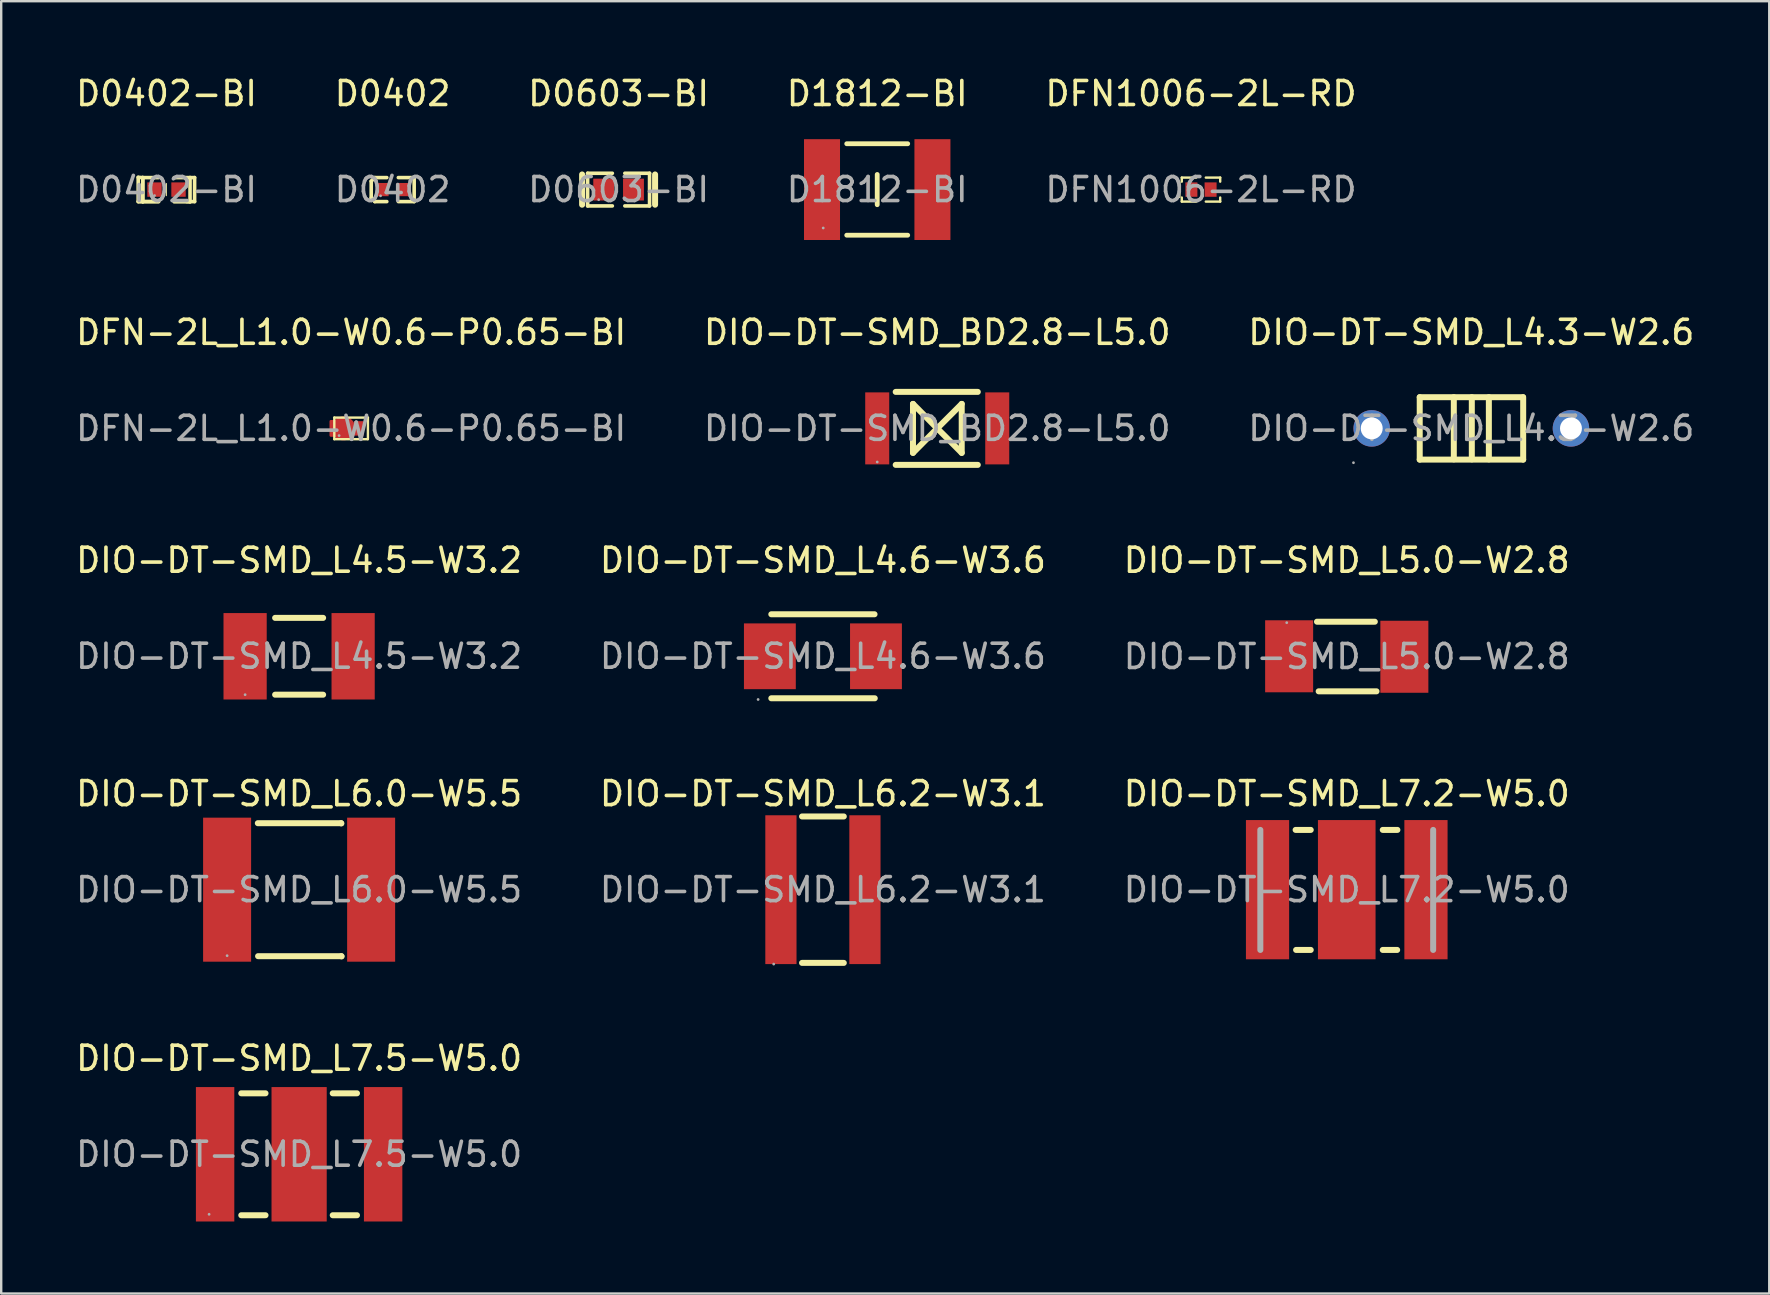
<source format=kicad_pcb>
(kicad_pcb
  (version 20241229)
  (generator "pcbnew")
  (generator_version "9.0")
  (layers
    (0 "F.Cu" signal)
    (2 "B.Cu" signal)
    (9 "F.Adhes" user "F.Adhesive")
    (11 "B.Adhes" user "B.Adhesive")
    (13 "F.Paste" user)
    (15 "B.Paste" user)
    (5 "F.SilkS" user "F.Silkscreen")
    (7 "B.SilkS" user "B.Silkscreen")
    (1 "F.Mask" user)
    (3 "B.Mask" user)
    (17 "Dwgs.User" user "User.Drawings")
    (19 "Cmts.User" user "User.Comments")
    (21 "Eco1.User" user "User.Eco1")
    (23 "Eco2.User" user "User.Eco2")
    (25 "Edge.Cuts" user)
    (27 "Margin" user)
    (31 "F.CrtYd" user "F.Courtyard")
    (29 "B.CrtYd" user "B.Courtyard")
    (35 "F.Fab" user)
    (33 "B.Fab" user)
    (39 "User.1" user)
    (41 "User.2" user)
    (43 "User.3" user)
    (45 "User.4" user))
  (footprint "DIO-DT-SMD_L5.0-W2.8"
    (layer "F.Cu")
    (at 53.054 24.3)
    (property "Reference" "DIO-DT-SMD_L5.0-W2.8" (at 0 -4.01 0) (layer "F.SilkS") (effects (font (size 1 1) (thickness 0.15))))
    (attr through_hole)
    (fp_line (start -1.24 -1.45) (end 1.17 -1.45) (stroke (width 0.25) (type solid)) (layer "F.SilkS"))
    (fp_line (start 1.24 1.45) (end -1.17 1.45) (stroke (width 0.25) (type solid)) (layer "F.SilkS"))
    (fp_circle (center -2.5 -1.41) (end -2.47 -1.41) (stroke (width 0.06) (type solid)) (fill no) (layer "F.Fab"))
    (fp_text user "${REFERENCE}" (at 0 0 0) (layer "F.Fab") (effects (font (size 1 1) (thickness 0.15))))
    (pad "1" smd rect (at -2.4 -0.01) (size 2 3) (layers "F.Cu" "F.Mask" "F.Paste"))
    (pad "2" smd rect (at 2.4 0.01) (size 2 3) (layers "F.Cu" "F.Mask" "F.Paste")))
  (footprint "DIO-DT-SMD_L4.5-W3.2"
    (layer "F.Cu")
    (at 9.411 24.29)
    (property "Reference" "DIO-DT-SMD_L4.5-W3.2" (at 0 -4 0) (layer "F.SilkS") (effects (font (size 1 1) (thickness 0.15))))
    (attr through_hole)
    (fp_line (start -1 -1.6) (end 1 -1.6) (stroke (width 0.25) (type solid)) (layer "F.SilkS"))
    (fp_line (start 1 1.6) (end -1 1.6) (stroke (width 0.25) (type solid)) (layer "F.SilkS"))
    (fp_circle (center -2.25 1.6) (end -2.22 1.6) (stroke (width 0.06) (type solid)) (fill no) (layer "F.Fab"))
    (fp_text user "${REFERENCE}" (at 0 0 0) (layer "F.Fab") (effects (font (size 1 1) (thickness 0.15))))
    (pad "1" smd rect (at -2.25 0) (size 1.8 3.6) (layers "F.Cu" "F.Mask" "F.Paste"))
    (pad "2" smd rect (at 2.25 0) (size 1.8 3.6) (layers "F.Cu" "F.Mask" "F.Paste")))
  (footprint "DIO-DT-SMD_L6.2-W3.1"
    (layer "F.Cu")
    (at 31.232 34.013)
    (property "Reference" "DIO-DT-SMD_L6.2-W3.1" (at 0 -4 0) (layer "F.SilkS") (effects (font (size 1 1) (thickness 0.15))))
    (attr through_hole)
    (fp_line (start -0.87 -3.05) (end 0.87 -3.05) (stroke (width 0.25) (type solid)) (layer "F.SilkS"))
    (fp_line (start -0.87 3.05) (end 0.87 3.05) (stroke (width 0.25) (type solid)) (layer "F.SilkS"))
    (fp_circle (center -2.05 3.1) (end -2.02 3.1) (stroke (width 0.06) (type solid)) (fill no) (layer "F.Fab"))
    (fp_text user "${REFERENCE}" (at 0 0 0) (layer "F.Fab") (effects (font (size 1 1) (thickness 0.15))))
    (pad "1" smd rect (at -1.75 0) (size 1.3 6.2) (layers "F.Cu" "F.Mask" "F.Paste"))
    (pad "2" smd rect (at 1.75 0) (size 1.3 6.2) (layers "F.Cu" "F.Mask" "F.Paste")))
  (footprint "DIO-DT-SMD_L4.6-W3.6"
    (layer "F.Cu")
    (at 31.232 24.29)
    (property "Reference" "DIO-DT-SMD_L4.6-W3.6" (at 0 -4 0) (layer "F.SilkS") (effects (font (size 1 1) (thickness 0.15))))
    (attr through_hole)
    (fp_line (start -2.15 -1.75) (end 2.15 -1.75) (stroke (width 0.25) (type solid)) (layer "F.SilkS"))
    (fp_line (start 2.16 1.75) (end -2.15 1.75) (stroke (width 0.25) (type solid)) (layer "F.SilkS"))
    (fp_circle (center -2.7 1.8) (end -2.67 1.8) (stroke (width 0.06) (type solid)) (fill no) (layer "F.Fab"))
    (fp_text user "${REFERENCE}" (at 0 0 0) (layer "F.Fab") (effects (font (size 1 1) (thickness 0.15))))
    (pad "1" smd rect (at -2.21 0) (size 2.16 2.74) (layers "F.Cu" "F.Mask" "F.Paste"))
    (pad "2" smd rect (at 2.21 0) (size 2.16 2.74) (layers "F.Cu" "F.Mask" "F.Paste")))
  (footprint "DIO-DT-SMD_L6.0-W5.5"
    (layer "F.Cu")
    (at 9.411 34.013)
    (property "Reference" "DIO-DT-SMD_L6.0-W5.5" (at 0 -4 0) (layer "F.SilkS") (effects (font (size 1 1) (thickness 0.15))))
    (attr through_hole)
    (fp_line (start -1.72 -2.77) (end 1.75 -2.77) (stroke (width 0.25) (type solid)) (layer "F.SilkS"))
    (fp_line (start -1.71 2.77) (end 1.76 2.77) (stroke (width 0.25) (type solid)) (layer "F.SilkS"))
    (fp_line (start 1.75 -2.77) (end 1.76 -2.76) (stroke (width 0.25) (type solid)) (layer "F.SilkS"))
    (fp_line (start 1.76 2.77) (end 1.77 2.78) (stroke (width 0.25) (type solid)) (layer "F.SilkS"))
    (fp_circle (center -3 2.75) (end -2.97 2.75) (stroke (width 0.06) (type solid)) (fill no) (layer "F.Fab"))
    (fp_text user "${REFERENCE}" (at 0 0 0) (layer "F.Fab") (effects (font (size 1 1) (thickness 0.15))))
    (pad "1" smd rect (at -3 0) (size 2 6) (layers "F.Cu" "F.Mask" "F.Paste"))
    (pad "2" smd rect (at 3 0) (size 2 6) (layers "F.Cu" "F.Mask" "F.Paste")))
  (footprint "D0603-BI"
    (layer "F.Cu")
    (at 22.72 4.848)
    (property "Reference" "D0603-BI" (at 0 -4 0) (layer "F.SilkS") (effects (font (size 1 1) (thickness 0.15))))
    (attr through_hole)
    (fp_line (start -1.52 -0.63) (end -1.52 0.63) (stroke (width 0.25) (type solid)) (layer "F.SilkS"))
    (fp_line (start -1.29 -0.68) (end -0.26 -0.68) (stroke (width 0.15) (type solid)) (layer "F.SilkS"))
    (fp_line (start -1.29 0.68) (end -1.29 -0.68) (stroke (width 0.15) (type solid)) (layer "F.SilkS"))
    (fp_line (start -0.26 0.68) (end -1.29 0.68) (stroke (width 0.15) (type solid)) (layer "F.SilkS"))
    (fp_line (start 0.26 0.68) (end 1.29 0.68) (stroke (width 0.15) (type solid)) (layer "F.SilkS"))
    (fp_line (start 1.29 -0.68) (end 0.26 -0.68) (stroke (width 0.15) (type solid)) (layer "F.SilkS"))
    (fp_line (start 1.29 0.68) (end 1.29 -0.68) (stroke (width 0.15) (type solid)) (layer "F.SilkS"))
    (fp_line (start 1.52 -0.63) (end 1.52 0.63) (stroke (width 0.25) (type solid)) (layer "F.SilkS"))
    (fp_circle (center -0.83 0.42) (end -0.8 0.42) (stroke (width 0.06) (type solid)) (fill no) (layer "F.Fab"))
    (fp_text user "${REFERENCE}" (at 0 0 0) (layer "F.Fab") (effects (font (size 1 1) (thickness 0.15))))
    (pad "1" smd rect (at -0.62 0) (size 0.87 0.91) (layers "F.Cu" "F.Mask" "F.Paste"))
    (pad "2" smd rect (at 0.62 0) (size 0.87 0.91) (layers "F.Cu" "F.Mask" "F.Paste")))
  (footprint "DFN1006-2L-RD"
    (layer "F.Cu")
    (at 46.982 4.848)
    (property "Reference" "DFN1006-2L-RD" (at 0 -4 0) (layer "F.SilkS") (effects (font (size 1 1) (thickness 0.15))))
    (attr through_hole)
    (fp_line (start -0.9 -0.3) (end -0.9 0.3) (stroke (width 0.1) (type solid)) (layer "F.SilkS"))
    (fp_line (start -0.8 -0.5) (end -0.8 -0.33) (stroke (width 0.1) (type solid)) (layer "F.SilkS"))
    (fp_line (start -0.8 0.33) (end -0.8 0.5) (stroke (width 0.1) (type solid)) (layer "F.SilkS"))
    (fp_line (start -0.8 0.5) (end -0.2 0.5) (stroke (width 0.1) (type solid)) (layer "F.SilkS"))
    (fp_line (start -0.2 -0.5) (end -0.8 -0.5) (stroke (width 0.1) (type solid)) (layer "F.SilkS"))
    (fp_line (start 0.2 -0.5) (end 0.8 -0.5) (stroke (width 0.1) (type solid)) (layer "F.SilkS"))
    (fp_line (start 0.8 -0.5) (end 0.8 -0.33) (stroke (width 0.1) (type solid)) (layer "F.SilkS"))
    (fp_line (start 0.8 0.33) (end 0.8 0.5) (stroke (width 0.1) (type solid)) (layer "F.SilkS"))
    (fp_line (start 0.8 0.5) (end 0.2 0.5) (stroke (width 0.1) (type solid)) (layer "F.SilkS"))
    (fp_circle (center -0.5 0.3) (end -0.47 0.3) (stroke (width 0.06) (type solid)) (fill no) (layer "F.Fab"))
    (fp_text user "${REFERENCE}" (at 0 0 0) (layer "F.Fab") (effects (font (size 1 1) (thickness 0.15))))
    (pad "1" smd rect (at -0.4 0) (size 0.5 0.6) (layers "F.Cu" "F.Mask" "F.Paste"))
    (pad "2" smd rect (at 0.4 0) (size 0.5 0.6) (layers "F.Cu" "F.Mask" "F.Paste")))
  (footprint "DFN-2L_L1.0-W0.6-P0.65-BI"
    (layer "F.Cu")
    (at 11.577 14.796)
    (property "Reference" "DFN-2L_L1.0-W0.6-P0.65-BI" (at 0 -4 0) (layer "F.SilkS") (effects (font (size 1 1) (thickness 0.15))))
    (attr through_hole)
    (fp_line (start -0.7 -0.45) (end -0.7 0.45) (stroke (width 0.1) (type solid)) (layer "F.SilkS"))
    (fp_line (start -0.7 -0.45) (end 0.7 -0.45) (stroke (width 0.1) (type solid)) (layer "F.SilkS"))
    (fp_line (start -0.7 0.45) (end 0.69 0.45) (stroke (width 0.1) (type solid)) (layer "F.SilkS"))
    (fp_line (start 0.7 -0.45) (end 0.7 0.45) (stroke (width 0.1) (type solid)) (layer "F.SilkS"))
    (fp_circle (center -0.5 0.3) (end -0.47 0.3) (stroke (width 0.06) (type solid)) (fill no) (layer "F.Fab"))
    (fp_text user "${REFERENCE}" (at 0 0 0) (layer "F.Fab") (effects (font (size 1 1) (thickness 0.15))))
    (pad "1" smd custom (at -0.32 0) (size 1 1) (layers "F.Cu" "F.Mask" "F.Paste") (options (anchor circle)) (primitives (gr_poly (pts (xy -0.53 -0.3) (xy -0.53 0.3) (xy -0.2 0.3) (xy -0.12 0.2) (xy -0.12 -0.3) (xy -0.53 -0.3)) (width 0.1) (fill yes))))
    (pad "2" smd rect (at 0.32 0 90) (size 0.6 0.4) (layers "F.Cu" "F.Mask" "F.Paste")))
  (footprint "D1812-BI"
    (layer "F.Cu")
    (at 33.494 4.848)
    (property "Reference" "D1812-BI" (at 0 -4 0) (layer "F.SilkS") (effects (font (size 1 1) (thickness 0.15))))
    (attr through_hole)
    (fp_line (start -1.27 -1.91) (end 1.27 -1.91) (stroke (width 0.2) (type solid)) (layer "F.SilkS"))
    (fp_line (start -1.27 1.9) (end 1.27 1.9) (stroke (width 0.2) (type solid)) (layer "F.SilkS"))
    (fp_line (start 0 -0.63) (end 0 0.63) (stroke (width 0.2) (type solid)) (layer "F.SilkS"))
    (fp_circle (center -2.25 1.6) (end -2.22 1.6) (stroke (width 0.06) (type solid)) (fill no) (layer "F.Fab"))
    (fp_text user "${REFERENCE}" (at 0 0 0) (layer "F.Fab") (effects (font (size 1 1) (thickness 0.15))))
    (pad "1" smd rect (at -2.3 0) (size 1.5 4.2) (layers "F.Cu" "F.Mask" "F.Paste"))
    (pad "2" smd rect (at 2.3 0) (size 1.5 4.2) (layers "F.Cu" "F.Mask" "F.Paste")))
  (footprint "DIO-DT-SMD_BD2.8-L5.0"
    (layer "F.Cu")
    (at 35.994 14.796)
    (property "Reference" "DIO-DT-SMD_BD2.8-L5.0" (at 0 -4 0) (layer "F.SilkS") (effects (font (size 1 1) (thickness 0.15))))
    (attr through_hole)
    (fp_line (start -1.73 -1.52) (end 1.69 -1.52) (stroke (width 0.25) (type solid)) (layer "F.SilkS"))
    (fp_line (start -1.73 1.52) (end 1.69 1.52) (stroke (width 0.25) (type solid)) (layer "F.SilkS"))
    (fp_line (start -1.01 1.02) (end -1.01 -1.02) (stroke (width 0.25) (type solid)) (layer "F.SilkS"))
    (fp_line (start 0 0) (end -1.01 -1.02) (stroke (width 0.25) (type solid)) (layer "F.SilkS"))
    (fp_line (start 0 0) (end -1.01 1.02) (stroke (width 0.25) (type solid)) (layer "F.SilkS"))
    (fp_line (start 0 0) (end 1.02 -1.02) (stroke (width 0.25) (type solid)) (layer "F.SilkS"))
    (fp_line (start 0 0) (end 1.02 1.02) (stroke (width 0.25) (type solid)) (layer "F.SilkS"))
    (fp_line (start 1.02 1.02) (end 1.02 -1.02) (stroke (width 0.25) (type solid)) (layer "F.SilkS"))
    (fp_circle (center -2.5 1.4) (end -2.47 1.4) (stroke (width 0.06) (type solid)) (fill no) (layer "F.Fab"))
    (fp_text user "${REFERENCE}" (at 0 0 0) (layer "F.Fab") (effects (font (size 1 1) (thickness 0.15))))
    (pad "1" smd rect (at -2.5 0) (size 1 3) (layers "F.Cu" "F.Mask" "F.Paste"))
    (pad "2" smd rect (at 2.5 0) (size 1 3) (layers "F.Cu" "F.Mask" "F.Paste")))
  (footprint "DIO-DT-SMD_L4.3-W2.6"
    (layer "F.Cu")
    (at 58.244 14.796)
    (property "Reference" "DIO-DT-SMD_L4.3-W2.6" (at 0 -4 0) (layer "F.SilkS") (effects (font (size 1 1) (thickness 0.15))))
    (attr through_hole)
    (fp_line (start -2.15 -1.3) (end 2.15 -1.3) (stroke (width 0.25) (type solid)) (layer "F.SilkS"))
    (fp_line (start -2.15 1.3) (end -2.15 -1.3) (stroke (width 0.25) (type solid)) (layer "F.SilkS"))
    (fp_line (start -2.15 1.3) (end 2.16 1.3) (stroke (width 0.25) (type solid)) (layer "F.SilkS"))
    (fp_line (start -0.73 -1.3) (end -0.73 1.29) (stroke (width 0.25) (type solid)) (layer "F.SilkS"))
    (fp_line (start 0.02 -1.3) (end 0.02 1.29) (stroke (width 0.25) (type solid)) (layer "F.SilkS"))
    (fp_line (start 0.73 -1.3) (end 0.73 1.29) (stroke (width 0.25) (type solid)) (layer "F.SilkS"))
    (fp_line (start 2.16 -1.3) (end 2.16 1.3) (stroke (width 0.25) (type solid)) (layer "F.SilkS"))
    (fp_circle (center -4.91 1.43) (end -4.88 1.43) (stroke (width 0.06) (type solid)) (fill no) (layer "F.Fab"))
    (fp_circle (center -4.15 0) (end -3.97 0) (stroke (width 0.36) (type solid)) (fill no) (layer "F.Fab"))
    (fp_circle (center 4.15 0) (end 4.33 0) (stroke (width 0.36) (type solid)) (fill no) (layer "F.Fab"))
    (fp_text user "${REFERENCE}" (at 0 0 0) (layer "F.Fab") (effects (font (size 1 1) (thickness 0.15))))
    (pad "1" thru_hole circle (at -4.15 0) (size 1.52 1.52) (drill 0.914) (layers "*.Cu" "*.Paste" "*.Mask"))
    (pad "2" thru_hole circle (at 4.15 0) (size 1.52 1.52) (drill 0.914) (layers "*.Cu" "*.Paste" "*.Mask")))
  (footprint "DIO-DT-SMD_L7.5-W5.0"
    (layer "F.Cu")
    (at 9.411 45.036)
    (property "Reference" "DIO-DT-SMD_L7.5-W5.0" (at 0 -4 0) (layer "F.SilkS") (effects (font (size 1 1) (thickness 0.15))))
    (attr through_hole)
    (fp_line (start -2.41 -2.54) (end -1.4 -2.54) (stroke (width 0.25) (type solid)) (layer "F.SilkS"))
    (fp_line (start -2.41 2.54) (end -1.4 2.54) (stroke (width 0.25) (type solid)) (layer "F.SilkS"))
    (fp_line (start 1.4 -2.54) (end 2.41 -2.54) (stroke (width 0.25) (type solid)) (layer "F.SilkS"))
    (fp_line (start 1.4 2.54) (end 2.41 2.54) (stroke (width 0.25) (type solid)) (layer "F.SilkS"))
    (fp_circle (center -3.75 2.5) (end -3.72 2.5) (stroke (width 0.06) (type solid)) (fill no) (layer "F.Fab"))
    (fp_text user "${REFERENCE}" (at 0 0 0) (layer "F.Fab") (effects (font (size 1 1) (thickness 0.15))))
    (pad "1" smd rect (at -3.5 0) (size 1.6 5.6) (layers "F.Cu" "F.Mask" "F.Paste"))
    (pad "2" smd rect (at 0 0) (size 2.3 5.6) (layers "F.Cu" "F.Mask" "F.Paste"))
    (pad "3" smd rect (at 3.5 0) (size 1.6 5.6) (layers "F.Cu" "F.Mask" "F.Paste")))
  (footprint "D0402-BI"
    (layer "F.Cu")
    (at 3.887 4.848)
    (property "Reference" "D0402-BI" (at 0 -4 0) (layer "F.SilkS") (effects (font (size 1 1) (thickness 0.15))))
    (attr through_hole)
    (fp_line (start -1.18 -0.51) (end -0.99 -0.5) (stroke (width 0.15) (type solid)) (layer "F.SilkS"))
    (fp_line (start -1.18 0.5) (end -1.18 -0.51) (stroke (width 0.15) (type solid)) (layer "F.SilkS"))
    (fp_line (start -0.99 -0.5) (end -0.99 0.5) (stroke (width 0.15) (type solid)) (layer "F.SilkS"))
    (fp_line (start -0.99 -0.5) (end -0.99 0.5) (stroke (width 0.15) (type solid)) (layer "F.SilkS"))
    (fp_line (start -0.99 0.5) (end -1.17 0.5) (stroke (width 0.15) (type solid)) (layer "F.SilkS"))
    (fp_line (start -0.99 0.5) (end -0.33 0.5) (stroke (width 0.15) (type solid)) (layer "F.SilkS"))
    (fp_line (start -0.99 0.5) (end -0.33 0.5) (stroke (width 0.15) (type solid)) (layer "F.SilkS"))
    (fp_line (start -0.98 0.5) (end -1.18 0.5) (stroke (width 0.15) (type solid)) (layer "F.SilkS"))
    (fp_line (start -0.33 -0.5) (end -0.99 -0.5) (stroke (width 0.15) (type solid)) (layer "F.SilkS"))
    (fp_line (start -0.01 -0.25) (end -0.01 0.25) (stroke (width 0.05) (type solid)) (layer "F.SilkS"))
    (fp_line (start 0.32 0.51) (end 0.98 0.51) (stroke (width 0.15) (type solid)) (layer "F.SilkS"))
    (fp_line (start 0.98 -0.5) (end 0.32 -0.5) (stroke (width 0.15) (type solid)) (layer "F.SilkS"))
    (fp_line (start 0.98 -0.5) (end 1.17 -0.5) (stroke (width 0.15) (type solid)) (layer "F.SilkS"))
    (fp_line (start 0.98 0.51) (end 0.98 -0.5) (stroke (width 0.15) (type solid)) (layer "F.SilkS"))
    (fp_line (start 1.17 -0.5) (end 1.17 0.5) (stroke (width 0.15) (type solid)) (layer "F.SilkS"))
    (fp_line (start 1.17 0.5) (end 0.84 0.5) (stroke (width 0.15) (type solid)) (layer "F.SilkS"))
    (fp_circle (center -0.5 0.25) (end -0.47 0.25) (stroke (width 0.06) (type solid)) (fill no) (layer "F.Fab"))
    (fp_text user "${REFERENCE}" (at 0 0 0) (layer "F.Fab") (effects (font (size 1 1) (thickness 0.15))))
    (pad "1" smd rect (at -0.5 0) (size 0.6 0.6) (layers "F.Cu" "F.Mask" "F.Paste"))
    (pad "2" smd rect (at 0.5 0) (size 0.6 0.6) (layers "F.Cu" "F.Mask" "F.Paste")))
  (footprint "D0402"
    (layer "F.Cu")
    (at 13.304 4.848)
    (property "Reference" "D0402" (at 0 -4 0) (layer "F.SilkS") (effects (font (size 1 1) (thickness 0.15))))
    (attr through_hole)
    (fp_line (start -0.89 -0.35) (end -0.74 -0.5) (stroke (width 0.15) (type solid)) (layer "F.SilkS"))
    (fp_line (start -0.89 0.35) (end -0.89 -0.35) (stroke (width 0.15) (type solid)) (layer "F.SilkS"))
    (fp_line (start -0.74 -0.5) (end -0.24 -0.5) (stroke (width 0.15) (type solid)) (layer "F.SilkS"))
    (fp_line (start -0.74 0.5) (end -0.89 0.35) (stroke (width 0.15) (type solid)) (layer "F.SilkS"))
    (fp_line (start -0.24 0.5) (end -0.74 0.5) (stroke (width 0.15) (type solid)) (layer "F.SilkS"))
    (fp_line (start 0.24 0.5) (end 0.9 0.5) (stroke (width 0.15) (type solid)) (layer "F.SilkS"))
    (fp_line (start 0.9 -0.5) (end 0.24 -0.5) (stroke (width 0.15) (type solid)) (layer "F.SilkS"))
    (fp_line (start 0.9 0.5) (end 0.9 -0.5) (stroke (width 0.15) (type solid)) (layer "F.SilkS"))
    (fp_circle (center -0.5 0.26) (end -0.47 0.26) (stroke (width 0.06) (type solid)) (fill no) (layer "F.Fab"))
    (fp_text user "${REFERENCE}" (at 0 0 0) (layer "F.Fab") (effects (font (size 1 1) (thickness 0.15))))
    (pad "1" smd rect (at -0.42 0) (size 0.51 0.55) (layers "F.Cu" "F.Mask" "F.Paste"))
    (pad "2" smd rect (at 0.42 0) (size 0.51 0.55) (layers "F.Cu" "F.Mask" "F.Paste")))
  (footprint "DIO-DT-SMD_L7.2-W5.0"
    (layer "F.Cu")
    (at 53.054 34.013)
    (property "Reference" "DIO-DT-SMD_L7.2-W5.0" (at 0 -4 0) (layer "F.SilkS") (effects (font (size 1 1) (thickness 0.15))))
    (attr through_hole)
    (fp_line (start -2.13 -2.49) (end -1.5 -2.49) (stroke (width 0.25) (type solid)) (layer "F.SilkS"))
    (fp_line (start -2.11 2.51) (end -1.5 2.51) (stroke (width 0.25) (type solid)) (layer "F.SilkS"))
    (fp_line (start 1.5 -2.49) (end 2.11 -2.49) (stroke (width 0.25) (type solid)) (layer "F.SilkS"))
    (fp_line (start 1.5 2.51) (end 2.1 2.51) (stroke (width 0.25) (type solid)) (layer "F.SilkS"))
    (fp_line (start -3.6 2.51) (end -3.6 -2.49) (stroke (width 0.25) (type solid)) (layer "F.Fab"))
    (fp_line (start 3.6 -2.49) (end 3.6 2.51) (stroke (width 0.25) (type solid)) (layer "F.Fab"))
    (fp_circle (center -3.6 2.5) (end -3.57 2.5) (stroke (width 0.06) (type solid)) (fill no) (layer "F.Fab"))
    (fp_text user "${REFERENCE}" (at 0 0 0) (layer "F.Fab") (effects (font (size 1 1) (thickness 0.15))))
    (pad "1" smd rect (at -3.3 0) (size 1.8 5.8) (layers "F.Cu" "F.Mask" "F.Paste"))
    (pad "2" smd rect (at 0 0) (size 2.4 5.8) (layers "F.Cu" "F.Mask" "F.Paste"))
    (pad "3" smd rect (at 3.3 0) (size 1.8 5.8) (layers "F.Cu" "F.Mask" "F.Paste")))
  (gr_rect
    (start -3 -3)
    (end 70.655 50.836)
    (stroke (width 0.1) (type default))
    (fill no)
    (layer "Edge.Cuts")))
</source>
